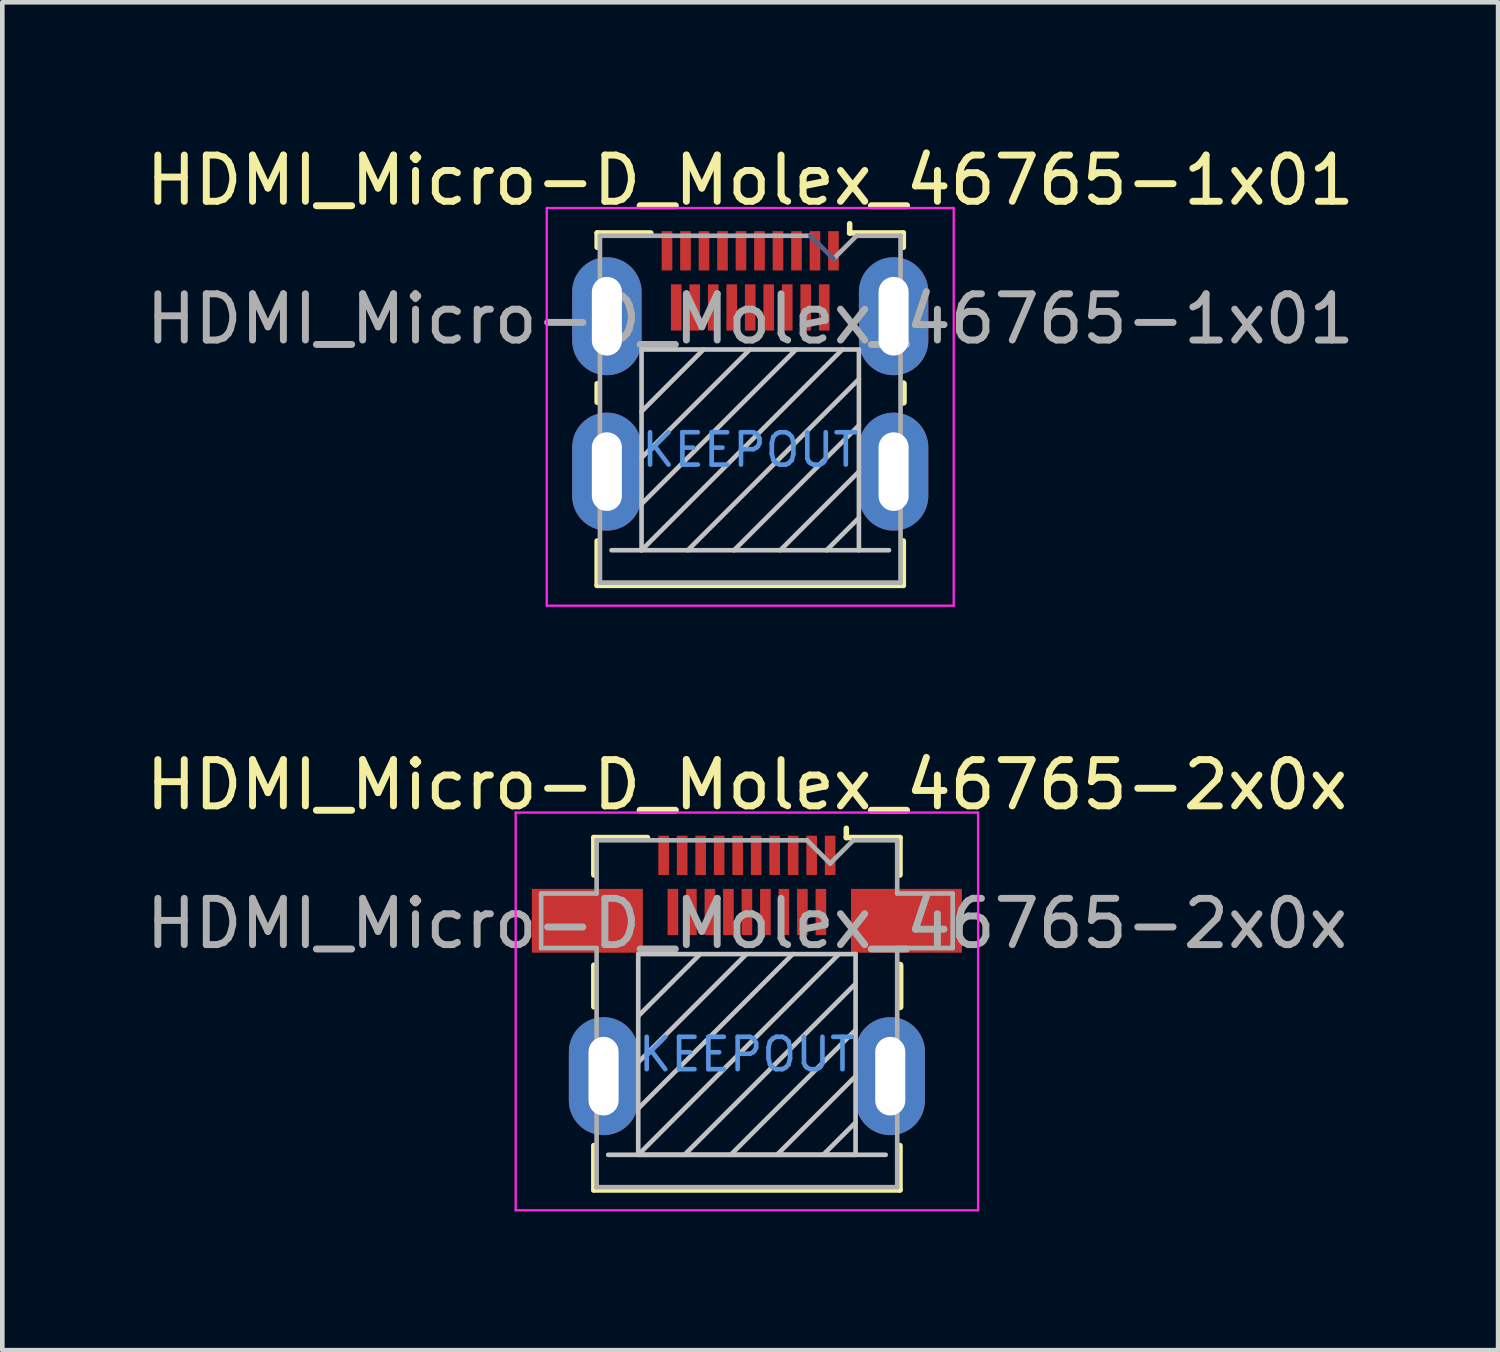
<source format=kicad_pcb>
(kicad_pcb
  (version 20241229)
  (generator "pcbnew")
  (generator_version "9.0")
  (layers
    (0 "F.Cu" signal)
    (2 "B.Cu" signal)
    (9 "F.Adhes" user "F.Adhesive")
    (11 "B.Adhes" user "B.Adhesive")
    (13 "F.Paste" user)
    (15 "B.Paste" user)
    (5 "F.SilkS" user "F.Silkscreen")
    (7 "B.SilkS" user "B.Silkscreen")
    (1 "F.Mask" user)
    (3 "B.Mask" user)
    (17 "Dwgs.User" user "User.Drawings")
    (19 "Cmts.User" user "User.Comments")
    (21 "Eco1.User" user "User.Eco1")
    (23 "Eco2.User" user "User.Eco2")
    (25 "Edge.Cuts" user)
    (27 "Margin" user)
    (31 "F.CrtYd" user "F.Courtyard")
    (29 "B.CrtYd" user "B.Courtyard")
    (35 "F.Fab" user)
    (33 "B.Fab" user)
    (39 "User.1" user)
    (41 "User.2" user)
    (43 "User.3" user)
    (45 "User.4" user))
  (footprint "HDMI_Micro-D_Molex_46765-1x01"
    (layer "F.Cu")
    (at 13.173 7.148)
    (property "Reference" "HDMI_Micro-D_Molex_46765-1x01" (at 0 -6.3 0) (layer "F.SilkS") (effects (font (size 1 1) (thickness 0.15))))
    (attr smd)
    (fp_line (start -3.31 -5.16) (end -2.15 -5.16) (stroke (width 0.12) (type solid)) (layer "F.SilkS"))
    (fp_line (start -3.31 -4.85) (end -3.31 -5.16) (stroke (width 0.12) (type solid)) (layer "F.SilkS"))
    (fp_line (start -3.31 -1.5) (end -3.31 -1.9) (stroke (width 0.12) (type solid)) (layer "F.SilkS"))
    (fp_line (start -3.31 2.46) (end -3.31 1.5) (stroke (width 0.12) (type solid)) (layer "F.SilkS"))
    (fp_line (start -3.31 2.46) (end 3.31 2.46) (stroke (width 0.12) (type solid)) (layer "F.SilkS"))
    (fp_line (start 2.15 -5.16) (end 2.15 -5.36) (stroke (width 0.12) (type solid)) (layer "F.SilkS"))
    (fp_line (start 2.15 -5.16) (end 3.31 -5.16) (stroke (width 0.12) (type solid)) (layer "F.SilkS"))
    (fp_line (start 3.31 -5.16) (end 3.31 -4.85) (stroke (width 0.12) (type solid)) (layer "F.SilkS"))
    (fp_line (start 3.31 -1.9) (end 3.31 -1.5) (stroke (width 0.15) (type solid)) (layer "F.SilkS"))
    (fp_line (start 3.31 1.5) (end 3.31 2.46) (stroke (width 0.12) (type solid)) (layer "F.SilkS"))
    (fp_line (start -3 1.7) (end 3 1.7) (stroke (width 0.1) (type solid)) (layer "Dwgs.User"))
    (fp_line (start -2.35 -2.64) (end 2.35 -2.64) (stroke (width 0.1) (type solid)) (layer "Dwgs.User"))
    (fp_line (start -2.35 -1.3) (end -1.01 -2.64) (stroke (width 0.1) (type solid)) (layer "Dwgs.User"))
    (fp_line (start -2.35 -0.3) (end -0.01 -2.64) (stroke (width 0.1) (type solid)) (layer "Dwgs.User"))
    (fp_line (start -2.35 0.7) (end 0.99 -2.64) (stroke (width 0.1) (type solid)) (layer "Dwgs.User"))
    (fp_line (start -2.35 1.7) (end -2.35 -2.64) (stroke (width 0.1) (type solid)) (layer "Dwgs.User"))
    (fp_line (start -2.35 1.7) (end 1.99 -2.64) (stroke (width 0.1) (type solid)) (layer "Dwgs.User"))
    (fp_line (start -1.35 1.7) (end 2.35 -2) (stroke (width 0.1) (type solid)) (layer "Dwgs.User"))
    (fp_line (start -0.35 1.7) (end 2.35 -1) (stroke (width 0.1) (type solid)) (layer "Dwgs.User"))
    (fp_line (start 0.65 1.7) (end 2.35 0) (stroke (width 0.1) (type solid)) (layer "Dwgs.User"))
    (fp_line (start 1.65 1.7) (end 2.35 1) (stroke (width 0.1) (type solid)) (layer "Dwgs.User"))
    (fp_line (start 2.35 -2.64) (end 2.35 1.7) (stroke (width 0.1) (type solid)) (layer "Dwgs.User"))
    (fp_line (start -4.4 -5.7) (end -4.4 2.9) (stroke (width 0.05) (type solid)) (layer "F.CrtYd"))
    (fp_line (start -4.4 2.9) (end 4.4 2.9) (stroke (width 0.05) (type solid)) (layer "F.CrtYd"))
    (fp_line (start 4.4 -5.7) (end -4.4 -5.7) (stroke (width 0.05) (type solid)) (layer "F.CrtYd"))
    (fp_line (start 4.4 2.9) (end 4.4 -5.7) (stroke (width 0.05) (type solid)) (layer "F.CrtYd"))
    (fp_line (start 1.8 -4.6) (end 1.3 -5.1) (stroke (width 0.1) (type solid)) (layer "B.Fab"))
    (fp_line (start -3.25 -5.1) (end 1.3 -5.1) (stroke (width 0.1) (type solid)) (layer "F.Fab"))
    (fp_line (start -3.25 2.4) (end -3.25 -5.1) (stroke (width 0.1) (type solid)) (layer "F.Fab"))
    (fp_line (start 1.8 -4.6) (end 2.3 -5.1) (stroke (width 0.1) (type solid)) (layer "F.Fab"))
    (fp_line (start 2.3 -5.1) (end 3.25 -5.1) (stroke (width 0.1) (type solid)) (layer "F.Fab"))
    (fp_line (start 3.25 -5.1) (end 3.25 2.4) (stroke (width 0.1) (type solid)) (layer "F.Fab"))
    (fp_line (start 3.25 2.4) (end -3.25 2.4) (stroke (width 0.1) (type solid)) (layer "F.Fab"))
    (fp_text user "KEEPOUT" (at 0 -0.47 0) (layer "Cmts.User") (effects (font (size 0.7 0.7) (thickness 0.1))))
    (fp_text user "${REFERENCE}" (at 0 -3.3 0) (layer "F.Fab") (effects (font (size 1 1) (thickness 0.15))))
    (pad "1" smd rect (at 1.8 -4.775) (size 0.23 0.85) (layers "F.Cu" "F.Mask" "F.Paste"))
    (pad "2" smd rect (at 1.6 -3.55) (size 0.23 1) (layers "F.Cu" "F.Mask" "F.Paste"))
    (pad "3" smd rect (at 1.4 -4.775) (size 0.23 0.85) (layers "F.Cu" "F.Mask" "F.Paste"))
    (pad "4" smd rect (at 1.2 -3.55) (size 0.23 1) (layers "F.Cu" "F.Mask" "F.Paste"))
    (pad "5" smd rect (at 1 -4.775) (size 0.23 0.85) (layers "F.Cu" "F.Mask" "F.Paste"))
    (pad "6" smd rect (at 0.8 -3.55) (size 0.23 1) (layers "F.Cu" "F.Mask" "F.Paste"))
    (pad "7" smd rect (at 0.6 -4.775) (size 0.23 0.85) (layers "F.Cu" "F.Mask" "F.Paste"))
    (pad "8" smd rect (at 0.4 -3.55) (size 0.23 1) (layers "F.Cu" "F.Mask" "F.Paste"))
    (pad "9" smd rect (at 0.2 -4.775) (size 0.23 0.85) (layers "F.Cu" "F.Mask" "F.Paste"))
    (pad "10" smd rect (at 0 -3.55) (size 0.23 1) (layers "F.Cu" "F.Mask" "F.Paste"))
    (pad "11" smd rect (at -0.2 -4.775) (size 0.23 0.85) (layers "F.Cu" "F.Mask" "F.Paste"))
    (pad "12" smd rect (at -0.4 -3.55) (size 0.23 1) (layers "F.Cu" "F.Mask" "F.Paste"))
    (pad "13" smd rect (at -0.6 -4.775) (size 0.23 0.85) (layers "F.Cu" "F.Mask" "F.Paste"))
    (pad "14" smd rect (at -0.8 -3.55) (size 0.23 1) (layers "F.Cu" "F.Mask" "F.Paste"))
    (pad "15" smd rect (at -1 -4.775) (size 0.23 0.85) (layers "F.Cu" "F.Mask" "F.Paste"))
    (pad "16" smd rect (at -1.2 -3.55) (size 0.23 1) (layers "F.Cu" "F.Mask" "F.Paste"))
    (pad "17" smd rect (at -1.4 -4.775) (size 0.23 0.85) (layers "F.Cu" "F.Mask" "F.Paste"))
    (pad "18" smd rect (at -1.6 -3.55) (size 0.23 1) (layers "F.Cu" "F.Mask" "F.Paste"))
    (pad "19" smd rect (at -1.8 -4.775) (size 0.23 0.85) (layers "F.Cu" "F.Mask" "F.Paste"))
    (pad "SH" thru_hole oval (at -3.1 -3.36) (size 1.5 2.55) (drill oval 0.65 1.7) (layers "*.Cu" "*.Mask"))
    (pad "SH" thru_hole oval (at -3.1 0) (size 1.5 2.55) (drill oval 0.65 1.7) (layers "*.Cu" "*.Mask"))
    (pad "SH" thru_hole oval (at 3.1 -3.36) (size 1.5 2.55) (drill oval 0.65 1.7) (layers "*.Cu" "*.Mask"))
    (pad "SH" thru_hole oval (at 3.1 0) (size 1.5 2.55) (drill oval 0.65 1.7) (layers "*.Cu" "*.Mask")))
  (footprint "HDMI_Micro-D_Molex_46765-2x0x"
    (layer "F.Cu")
    (at 13.101 20.221)
    (property "Reference" "HDMI_Micro-D_Molex_46765-2x0x" (at 0 -6.3 0) (layer "F.SilkS") (effects (font (size 1 1) (thickness 0.15))))
    (attr smd)
    (fp_line (start -3.31 -5.16) (end -2.15 -5.16) (stroke (width 0.12) (type solid)) (layer "F.SilkS"))
    (fp_line (start -3.31 -4.35) (end -3.31 -5.16) (stroke (width 0.12) (type solid)) (layer "F.SilkS"))
    (fp_line (start -3.31 -1.5) (end -3.31 -2.4) (stroke (width 0.12) (type solid)) (layer "F.SilkS"))
    (fp_line (start -3.31 2.46) (end -3.31 1.5) (stroke (width 0.12) (type solid)) (layer "F.SilkS"))
    (fp_line (start -3.31 2.46) (end 3.31 2.46) (stroke (width 0.12) (type solid)) (layer "F.SilkS"))
    (fp_line (start 2.15 -5.16) (end 2.15 -5.36) (stroke (width 0.12) (type solid)) (layer "F.SilkS"))
    (fp_line (start 2.15 -5.16) (end 3.31 -5.16) (stroke (width 0.12) (type solid)) (layer "F.SilkS"))
    (fp_line (start 3.31 -5.16) (end 3.31 -4.35) (stroke (width 0.12) (type solid)) (layer "F.SilkS"))
    (fp_line (start 3.31 -2.4) (end 3.31 -1.5) (stroke (width 0.15) (type solid)) (layer "F.SilkS"))
    (fp_line (start 3.31 1.5) (end 3.31 2.46) (stroke (width 0.12) (type solid)) (layer "F.SilkS"))
    (fp_line (start -3 1.7) (end 3 1.7) (stroke (width 0.1) (type solid)) (layer "Dwgs.User"))
    (fp_line (start -2.35 -2.64) (end 2.35 -2.64) (stroke (width 0.1) (type solid)) (layer "Dwgs.User"))
    (fp_line (start -2.35 -1.3) (end -1.01 -2.64) (stroke (width 0.1) (type solid)) (layer "Dwgs.User"))
    (fp_line (start -2.35 -0.3) (end -0.01 -2.64) (stroke (width 0.1) (type solid)) (layer "Dwgs.User"))
    (fp_line (start -2.35 0.7) (end 0.99 -2.64) (stroke (width 0.1) (type solid)) (layer "Dwgs.User"))
    (fp_line (start -2.35 1.7) (end -2.35 -2.64) (stroke (width 0.1) (type solid)) (layer "Dwgs.User"))
    (fp_line (start -2.35 1.7) (end 1.99 -2.64) (stroke (width 0.1) (type solid)) (layer "Dwgs.User"))
    (fp_line (start -1.35 1.7) (end 2.35 -2) (stroke (width 0.1) (type solid)) (layer "Dwgs.User"))
    (fp_line (start -0.35 1.7) (end 2.35 -1) (stroke (width 0.1) (type solid)) (layer "Dwgs.User"))
    (fp_line (start 0.65 1.7) (end 2.35 0) (stroke (width 0.1) (type solid)) (layer "Dwgs.User"))
    (fp_line (start 1.65 1.7) (end 2.35 1) (stroke (width 0.1) (type solid)) (layer "Dwgs.User"))
    (fp_line (start 2.35 -2.64) (end 2.35 1.7) (stroke (width 0.1) (type solid)) (layer "Dwgs.User"))
    (fp_line (start 2.35 1.7) (end -2.35 1.7) (stroke (width 0.1) (type solid)) (layer "Dwgs.User"))
    (fp_line (start -5 -5.7) (end -5 2.9) (stroke (width 0.05) (type solid)) (layer "F.CrtYd"))
    (fp_line (start -5 2.9) (end 5 2.9) (stroke (width 0.05) (type solid)) (layer "F.CrtYd"))
    (fp_line (start 5 -5.7) (end -5 -5.7) (stroke (width 0.05) (type solid)) (layer "F.CrtYd"))
    (fp_line (start 5 2.9) (end 5 -5.7) (stroke (width 0.05) (type solid)) (layer "F.CrtYd"))
    (fp_line (start -4.45 -3.95) (end -3.25 -3.95) (stroke (width 0.1) (type solid)) (layer "F.Fab"))
    (fp_line (start -4.45 -2.77) (end -4.45 -3.95) (stroke (width 0.1) (type solid)) (layer "F.Fab"))
    (fp_line (start -3.25 -5.1) (end 1.3 -5.1) (stroke (width 0.1) (type solid)) (layer "F.Fab"))
    (fp_line (start -3.25 -3.95) (end -3.25 -5.1) (stroke (width 0.1) (type solid)) (layer "F.Fab"))
    (fp_line (start -3.25 -2.77) (end -4.45 -2.77) (stroke (width 0.1) (type solid)) (layer "F.Fab"))
    (fp_line (start -3.25 2.4) (end -3.25 -2.77) (stroke (width 0.1) (type solid)) (layer "F.Fab"))
    (fp_line (start 1.8 -4.6) (end 1.3 -5.1) (stroke (width 0.1) (type solid)) (layer "F.Fab"))
    (fp_line (start 1.8 -4.6) (end 2.3 -5.1) (stroke (width 0.1) (type solid)) (layer "F.Fab"))
    (fp_line (start 2.3 -5.1) (end 3.25 -5.1) (stroke (width 0.1) (type solid)) (layer "F.Fab"))
    (fp_line (start 3.25 -5.1) (end 3.25 -3.95) (stroke (width 0.1) (type solid)) (layer "F.Fab"))
    (fp_line (start 3.25 -3.95) (end 4.45 -3.95) (stroke (width 0.1) (type solid)) (layer "F.Fab"))
    (fp_line (start 3.25 -2.77) (end 3.25 2.4) (stroke (width 0.1) (type solid)) (layer "F.Fab"))
    (fp_line (start 3.25 2.4) (end -3.25 2.4) (stroke (width 0.1) (type solid)) (layer "F.Fab"))
    (fp_line (start 4.45 -3.95) (end 4.45 -2.77) (stroke (width 0.1) (type solid)) (layer "F.Fab"))
    (fp_line (start 4.45 -2.77) (end 3.25 -2.77) (stroke (width 0.1) (type solid)) (layer "F.Fab"))
    (fp_text user "KEEPOUT" (at 0 -0.47 0) (layer "Cmts.User") (effects (font (size 0.7 0.7) (thickness 0.1))))
    (fp_text user "${REFERENCE}" (at 0 -3.3 0) (layer "F.Fab") (effects (font (size 1 1) (thickness 0.15))))
    (pad "1" smd rect (at 1.8 -4.775) (size 0.23 0.85) (layers "F.Cu" "F.Mask" "F.Paste"))
    (pad "2" smd rect (at 1.6 -3.55) (size 0.23 1) (layers "F.Cu" "F.Mask" "F.Paste"))
    (pad "3" smd rect (at 1.4 -4.775) (size 0.23 0.85) (layers "F.Cu" "F.Mask" "F.Paste"))
    (pad "4" smd rect (at 1.2 -3.55) (size 0.23 1) (layers "F.Cu" "F.Mask" "F.Paste"))
    (pad "5" smd rect (at 1 -4.775) (size 0.23 0.85) (layers "F.Cu" "F.Mask" "F.Paste"))
    (pad "6" smd rect (at 0.8 -3.55) (size 0.23 1) (layers "F.Cu" "F.Mask" "F.Paste"))
    (pad "7" smd rect (at 0.6 -4.775) (size 0.23 0.85) (layers "F.Cu" "F.Mask" "F.Paste"))
    (pad "8" smd rect (at 0.4 -3.55) (size 0.23 1) (layers "F.Cu" "F.Mask" "F.Paste"))
    (pad "9" smd rect (at 0.2 -4.775) (size 0.23 0.85) (layers "F.Cu" "F.Mask" "F.Paste"))
    (pad "10" smd rect (at 0 -3.55) (size 0.23 1) (layers "F.Cu" "F.Mask" "F.Paste"))
    (pad "11" smd rect (at -0.2 -4.775) (size 0.23 0.85) (layers "F.Cu" "F.Mask" "F.Paste"))
    (pad "12" smd rect (at -0.4 -3.55) (size 0.23 1) (layers "F.Cu" "F.Mask" "F.Paste"))
    (pad "13" smd rect (at -0.6 -4.775) (size 0.23 0.85) (layers "F.Cu" "F.Mask" "F.Paste"))
    (pad "14" smd rect (at -0.8 -3.55) (size 0.23 1) (layers "F.Cu" "F.Mask" "F.Paste"))
    (pad "15" smd rect (at -1 -4.775) (size 0.23 0.85) (layers "F.Cu" "F.Mask" "F.Paste"))
    (pad "16" smd rect (at -1.2 -3.55) (size 0.23 1) (layers "F.Cu" "F.Mask" "F.Paste"))
    (pad "17" smd rect (at -1.4 -4.775) (size 0.23 0.85) (layers "F.Cu" "F.Mask" "F.Paste"))
    (pad "18" smd rect (at -1.6 -3.55) (size 0.23 1) (layers "F.Cu" "F.Mask" "F.Paste"))
    (pad "19" smd rect (at -1.8 -4.775) (size 0.23 0.85) (layers "F.Cu" "F.Mask" "F.Paste"))
    (pad "SH" smd rect (at -3.45 -3.36) (size 2.4 1.38) (layers "F.Cu" "F.Mask" "F.Paste"))
    (pad "SH" thru_hole oval (at -3.1 0) (size 1.5 2.55) (drill oval 0.65 1.7) (layers "*.Cu" "*.Mask"))
    (pad "SH" thru_hole oval (at 3.1 0) (size 1.5 2.55) (drill oval 0.65 1.7) (layers "*.Cu" "*.Mask"))
    (pad "SH" smd rect (at 3.45 -3.36) (size 2.4 1.38) (layers "F.Cu" "F.Mask" "F.Paste")))
  (gr_rect
    (start -3 -3)
    (end 29.345 26.146)
    (stroke (width 0.1) (type default))
    (fill no)
    (layer "Edge.Cuts")))
</source>
